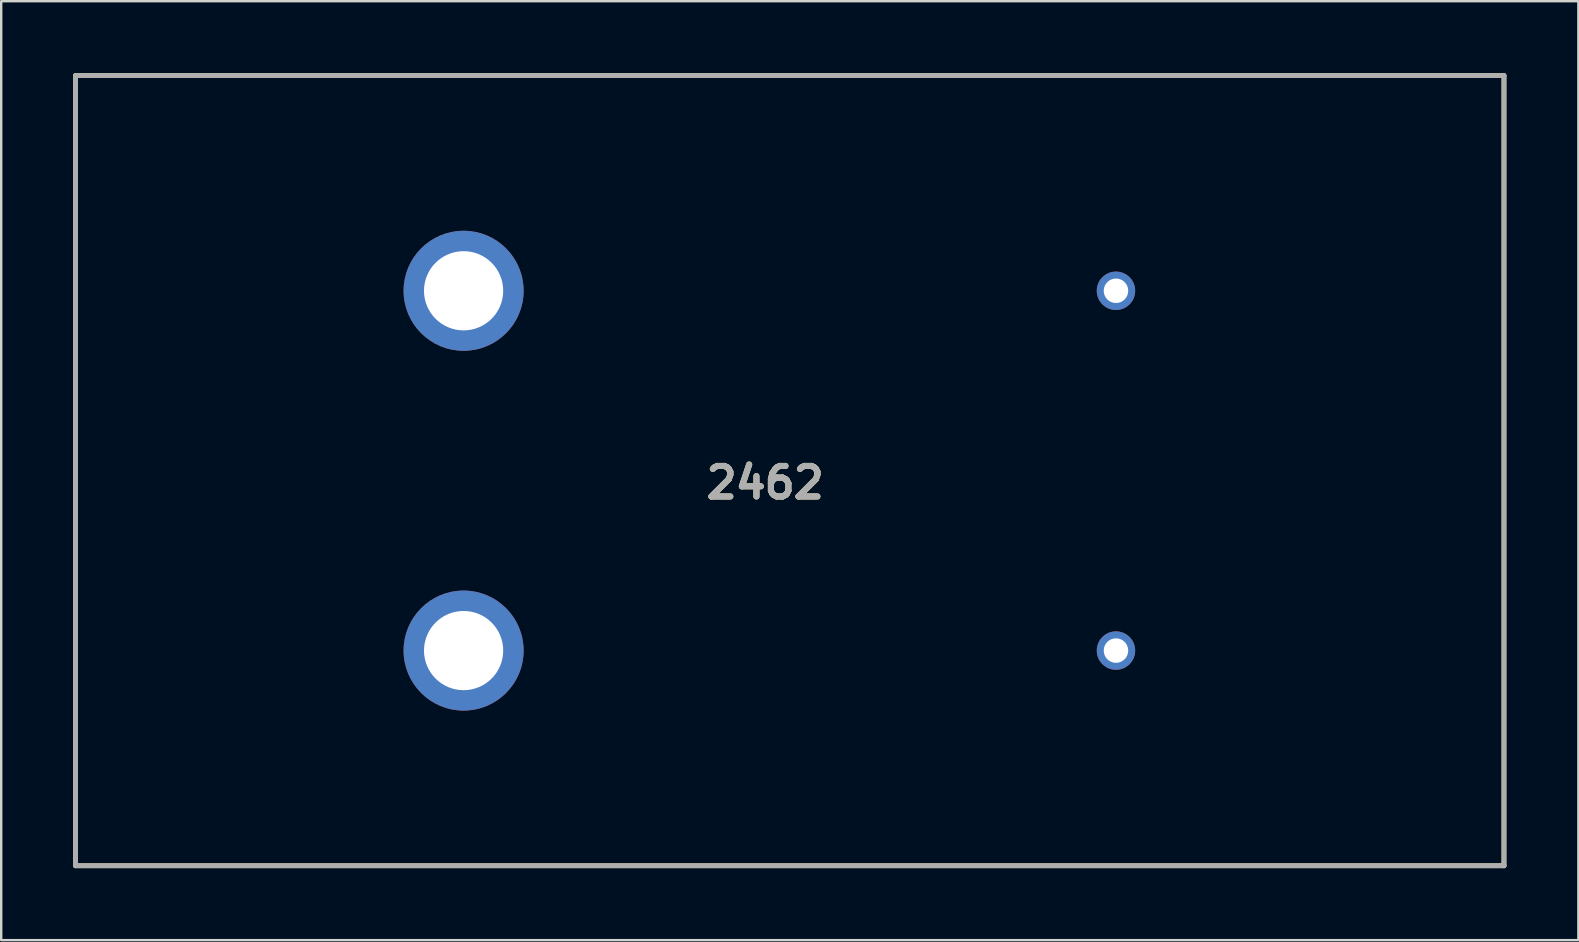
<source format=kicad_pcb>
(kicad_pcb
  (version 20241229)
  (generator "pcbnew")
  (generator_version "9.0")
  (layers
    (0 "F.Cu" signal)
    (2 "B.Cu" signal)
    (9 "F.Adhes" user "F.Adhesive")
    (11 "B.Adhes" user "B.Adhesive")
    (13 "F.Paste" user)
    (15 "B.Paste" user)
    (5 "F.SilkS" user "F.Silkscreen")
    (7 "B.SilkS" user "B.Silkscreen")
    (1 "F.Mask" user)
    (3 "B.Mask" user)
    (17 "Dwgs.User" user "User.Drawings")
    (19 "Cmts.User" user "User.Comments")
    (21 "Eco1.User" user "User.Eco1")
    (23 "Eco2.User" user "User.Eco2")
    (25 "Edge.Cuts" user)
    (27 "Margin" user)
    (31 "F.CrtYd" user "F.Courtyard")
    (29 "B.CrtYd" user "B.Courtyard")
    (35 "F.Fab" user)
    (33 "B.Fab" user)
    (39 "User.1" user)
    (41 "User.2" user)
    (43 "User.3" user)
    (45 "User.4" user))
  (footprint "2462"
    (layer "F.Cu")
    (at 29.855 16.56)
    (property "Reference" "2462" (at -1.027 0.5 0) (layer "F.SilkS") (effects (font (size 1.27 1.27) (thickness 0.254))))
    (attr through_hole)
    (fp_line (start -29.755 -16.46) (end 29.755 -16.46) (stroke (width 0.2) (type solid)) (layer "F.SilkS"))
    (fp_line (start -29.755 16.46) (end -29.755 -16.46) (stroke (width 0.2) (type solid)) (layer "F.SilkS"))
    (fp_line (start 29.755 -16.46) (end 29.755 16.46) (stroke (width 0.2) (type solid)) (layer "F.SilkS"))
    (fp_line (start 29.755 16.46) (end -29.755 16.46) (stroke (width 0.2) (type solid)) (layer "F.SilkS"))
    (fp_line (start -29.755 -16.46) (end 29.755 -16.46) (stroke (width 0.2) (type solid)) (layer "F.Fab"))
    (fp_line (start -29.755 16.46) (end -29.755 -16.46) (stroke (width 0.2) (type solid)) (layer "F.Fab"))
    (fp_line (start 29.755 -16.46) (end 29.755 16.46) (stroke (width 0.2) (type solid)) (layer "F.Fab"))
    (fp_line (start 29.755 16.46) (end -29.755 16.46) (stroke (width 0.2) (type solid)) (layer "F.Fab"))
    (fp_text user "${REFERENCE}" (at -1.027 0.5 0) (layer "F.Fab") (effects (font (size 1.27 1.27) (thickness 0.254))))
    (pad "1" thru_hole circle (at 13.59 7.495) (size 1.6 1.6) (drill 1.02) (layers "*.Cu" "*.Mask"))
    (pad "2" thru_hole circle (at 13.59 -7.495) (size 1.6 1.6) (drill 1.02) (layers "*.Cu" "*.Mask"))
    (pad "3" thru_hole circle (at -13.59 -7.495) (size 5 5) (drill 3.3) (layers "*.Cu" "*.Mask"))
    (pad "4" thru_hole circle (at -13.59 7.495) (size 5 5) (drill 3.3) (layers "*.Cu" "*.Mask")))
  (gr_rect
    (start -3 -3)
    (end 62.71 36.12)
    (stroke (width 0.1) (type default))
    (fill no)
    (layer "Edge.Cuts")))
</source>
